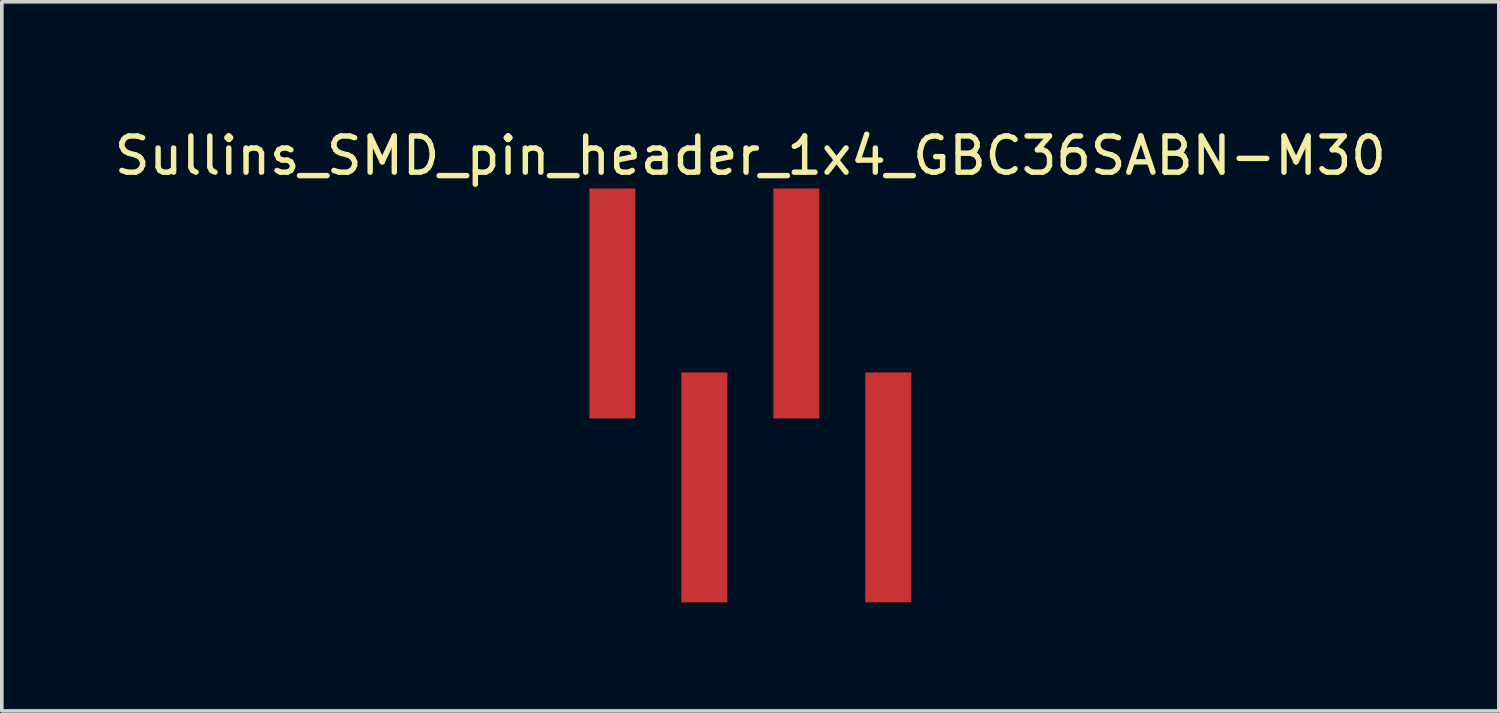
<source format=kicad_pcb>
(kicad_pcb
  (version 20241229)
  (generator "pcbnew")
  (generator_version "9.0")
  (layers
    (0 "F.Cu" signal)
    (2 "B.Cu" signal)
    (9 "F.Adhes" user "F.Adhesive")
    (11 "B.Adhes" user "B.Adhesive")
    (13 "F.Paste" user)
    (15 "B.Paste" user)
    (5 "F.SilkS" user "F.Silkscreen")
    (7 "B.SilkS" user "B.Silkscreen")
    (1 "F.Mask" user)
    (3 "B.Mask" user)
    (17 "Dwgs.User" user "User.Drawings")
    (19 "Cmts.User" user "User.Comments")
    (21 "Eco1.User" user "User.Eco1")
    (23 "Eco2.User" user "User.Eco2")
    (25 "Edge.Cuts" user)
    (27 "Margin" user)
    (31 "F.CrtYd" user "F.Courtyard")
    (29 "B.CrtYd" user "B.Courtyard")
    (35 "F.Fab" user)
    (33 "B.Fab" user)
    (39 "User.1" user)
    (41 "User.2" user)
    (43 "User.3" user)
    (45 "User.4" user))
  (footprint "Sullins_SMD_pin_header_1x4_GBC36SABN-M30"
    (layer "F.Cu")
    (at 17.673 0.25)
    (property "Reference" "Sullins_SMD_pin_header_1x4_GBC36SABN-M30" (at 0 1 0) (layer "F.SilkS") (effects (font (size 1 1) (thickness 0.15))))
    (attr through_hole)
    (pad "1" smd rect (at -3.81 5.08) (size 1.27 6.35) (layers "F.Cu" "F.Mask" "F.Paste"))
    (pad "2" smd rect (at -1.27 10.16) (size 1.27 6.35) (layers "F.Cu" "F.Mask" "F.Paste"))
    (pad "3" smd rect (at 1.27 5.08) (size 1.27 6.35) (layers "F.Cu" "F.Mask" "F.Paste"))
    (pad "4" smd rect (at 3.81 10.16) (size 1.27 6.35) (layers "F.Cu" "F.Mask" "F.Paste")))
  (gr_rect
    (start -3 -3)
    (end 38.345 16.585)
    (stroke (width 0.1) (type default))
    (fill no)
    (layer "Edge.Cuts")))
</source>
